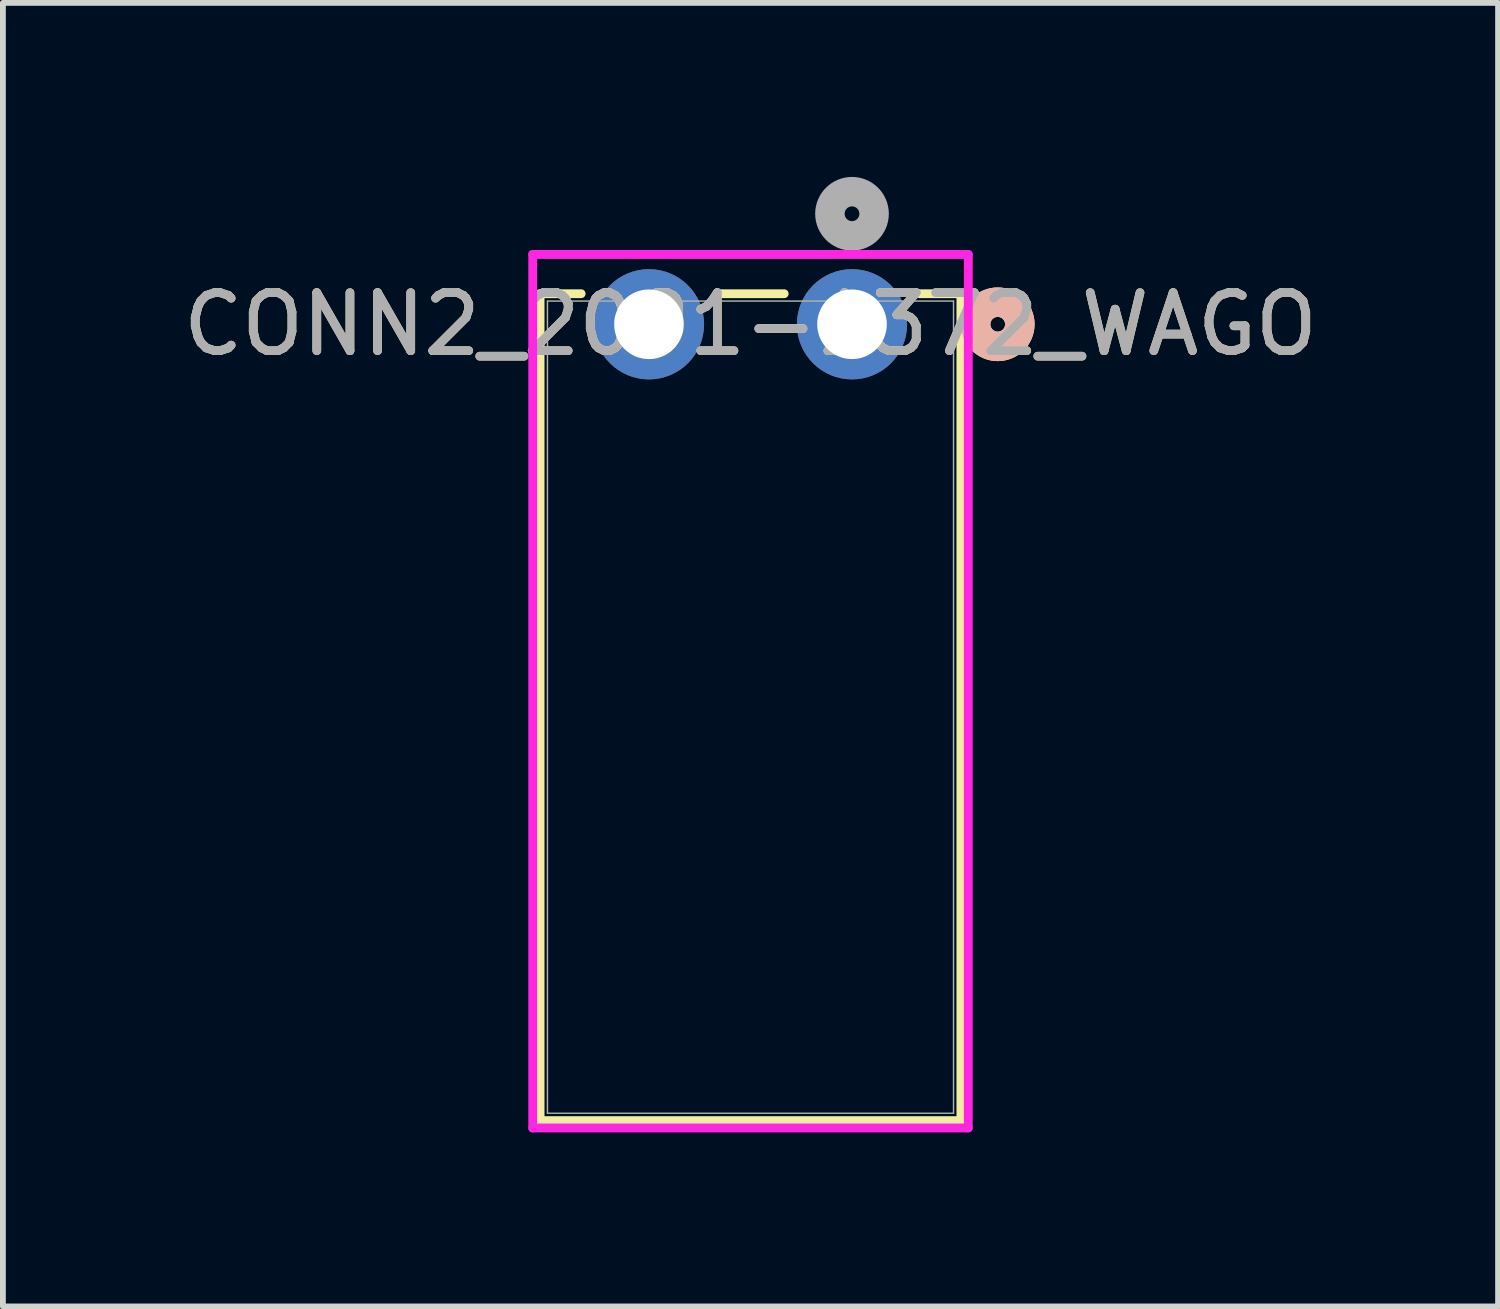
<source format=kicad_pcb>
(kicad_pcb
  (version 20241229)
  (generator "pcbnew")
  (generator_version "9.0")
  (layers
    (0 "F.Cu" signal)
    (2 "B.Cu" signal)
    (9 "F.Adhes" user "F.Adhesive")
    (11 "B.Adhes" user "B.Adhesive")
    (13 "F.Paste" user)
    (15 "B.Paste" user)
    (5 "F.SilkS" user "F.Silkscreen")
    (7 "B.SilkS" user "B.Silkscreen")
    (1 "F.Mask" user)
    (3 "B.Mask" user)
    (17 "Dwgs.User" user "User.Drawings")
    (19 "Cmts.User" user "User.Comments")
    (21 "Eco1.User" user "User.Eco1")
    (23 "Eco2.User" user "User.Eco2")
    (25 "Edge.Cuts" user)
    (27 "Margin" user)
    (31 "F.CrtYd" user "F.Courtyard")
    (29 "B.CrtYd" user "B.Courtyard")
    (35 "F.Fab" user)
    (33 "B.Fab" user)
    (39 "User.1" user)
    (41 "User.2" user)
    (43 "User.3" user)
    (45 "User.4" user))
  (footprint "CONN2_2091-1372_WAGO"
    (layer "F.Cu")
    (at 11.637 2.54)
    (property "Reference" "CONN2_2091-1372_WAGO" (at -1.75 0 0) (unlocked yes) (layer "F.SilkS") (effects (font (size 1 1) (thickness 0.15))))
    (attr through_hole)
    (fp_line (start -5.377 -0.527) (end -5.377 13.727) (stroke (width 0.152) (type solid)) (layer "F.SilkS"))
    (fp_line (start -5.377 13.727) (end 1.877 13.727) (stroke (width 0.152) (type solid)) (layer "F.SilkS"))
    (fp_line (start -4.669 -0.527) (end -5.377 -0.527) (stroke (width 0.152) (type solid)) (layer "F.SilkS"))
    (fp_line (start -1.169 -0.527) (end -2.331 -0.527) (stroke (width 0.152) (type solid)) (layer "F.SilkS"))
    (fp_line (start 1.877 -0.527) (end 1.169 -0.527) (stroke (width 0.152) (type solid)) (layer "F.SilkS"))
    (fp_line (start 1.877 13.727) (end 1.877 -0.527) (stroke (width 0.152) (type solid)) (layer "F.SilkS"))
    (fp_circle (center 2.512 0) (end 2.893 0) (stroke (width 0.508) (type solid)) (fill no) (layer "F.SilkS"))
    (fp_circle (center 2.512 0) (end 2.893 0) (stroke (width 0.508) (type solid)) (fill no) (layer "B.SilkS"))
    (fp_line (start -5.504 -1.204) (end -5.504 13.854) (stroke (width 0.152) (type solid)) (layer "F.CrtYd"))
    (fp_line (start -5.504 13.854) (end 2.004 13.854) (stroke (width 0.152) (type solid)) (layer "F.CrtYd"))
    (fp_line (start 2.004 -1.204) (end -5.504 -1.204) (stroke (width 0.152) (type solid)) (layer "F.CrtYd"))
    (fp_line (start 2.004 13.854) (end 2.004 -1.204) (stroke (width 0.152) (type solid)) (layer "F.CrtYd"))
    (fp_line (start -5.25 -0.4) (end -5.25 13.6) (stroke (width 0.025) (type solid)) (layer "F.Fab"))
    (fp_line (start -5.25 13.6) (end 1.75 13.6) (stroke (width 0.025) (type solid)) (layer "F.Fab"))
    (fp_line (start 1.75 -0.4) (end -5.25 -0.4) (stroke (width 0.025) (type solid)) (layer "F.Fab"))
    (fp_line (start 1.75 13.6) (end 1.75 -0.4) (stroke (width 0.025) (type solid)) (layer "F.Fab"))
    (fp_circle (center 0 -1.905) (end 0.381 -1.905) (stroke (width 0.508) (type solid)) (fill no) (layer "F.Fab"))
    (fp_text user "${REFERENCE}" (at -1.75 0 0) (unlocked yes) (layer "F.Fab") (effects (font (size 1 1) (thickness 0.15))))
    (pad "1" thru_hole circle (at 0 0) (size 1.9 1.9) (drill 1.2) (layers "*.Cu" "*.Mask"))
    (pad "2" thru_hole circle (at -3.5 0) (size 1.9 1.9) (drill 1.2) (layers "*.Cu" "*.Mask")))
  (gr_rect
    (start -3 -3)
    (end 22.774 19.47)
    (stroke (width 0.1) (type default))
    (fill no)
    (layer "Edge.Cuts")))
</source>
